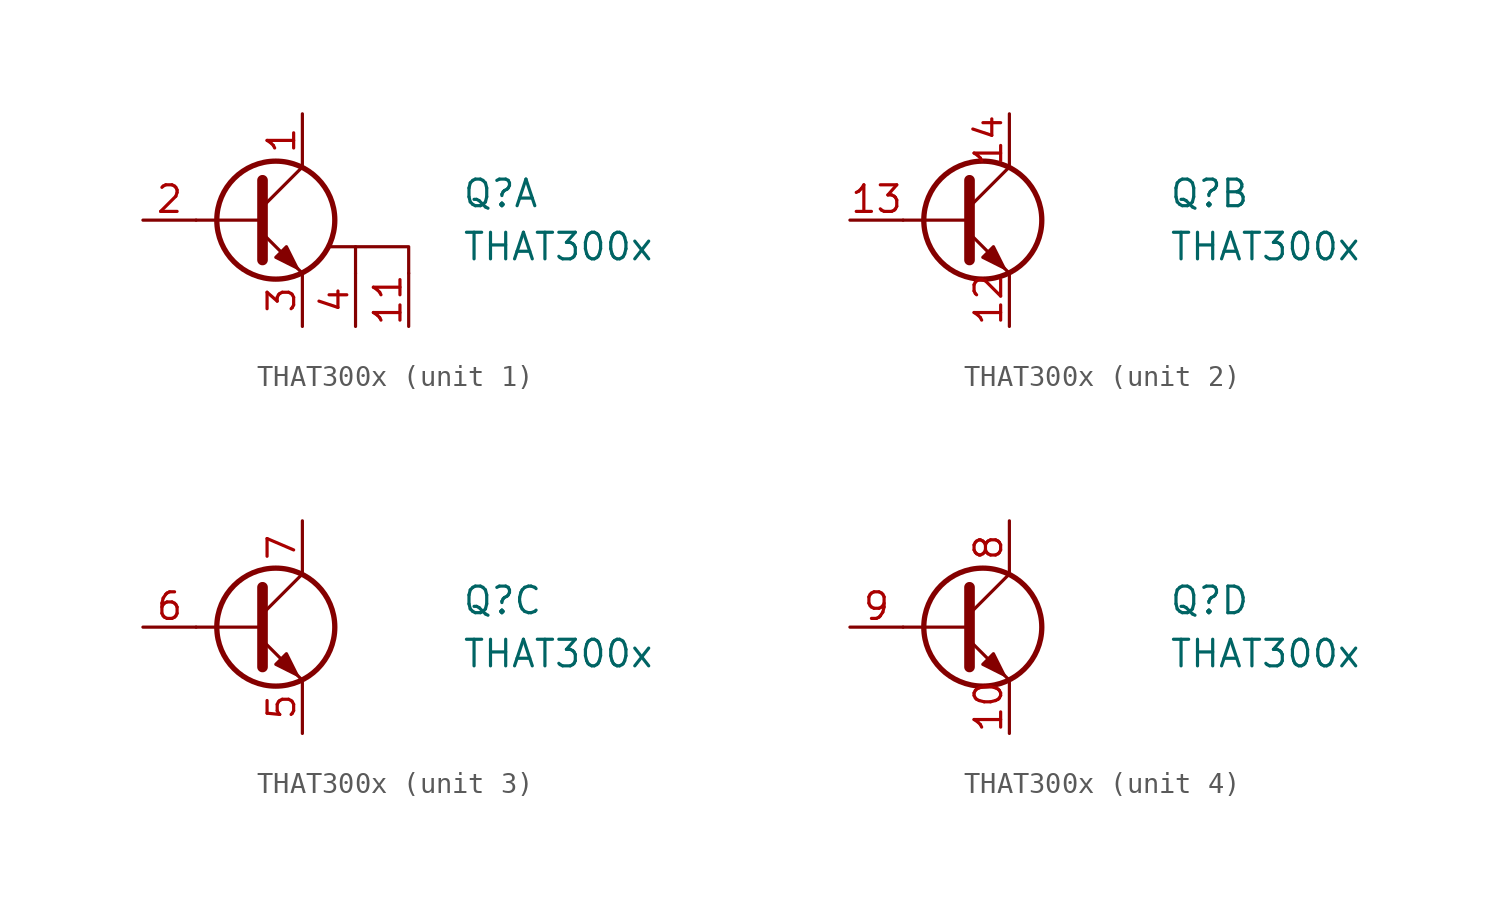
<source format=kicad_sym>
(kicad_symbol_lib
  (version 20211014)
  (generator kicad_symbol_editor)
  (symbol "THAT300x"
    (pin_names
      (offset 0) hide)
    (property "Reference" "Q"
      (at 10.16 1.27 0)
      (effects (font (size 1.27 1.27)) (justify left)))
    (property "Value" "THAT300x"
      (at 10.16 -1.27 0)
      (effects (font (size 1.27 1.27)) (justify left)))
    (property "ki_locked" ""
      (at 0 0 0)
      (effects (font (size 1.27 1.27))))
    (symbol "THAT300x_0_1"
      (polyline (pts (xy 0.635 0) (xy -2.54 0)) (stroke (width 0) (type default) (color 0 0 0 0)) (fill (type none)))
      (polyline (pts (xy 0.635 0.635) (xy 2.54 2.54)) (stroke (width 0) (type default) (color 0 0 0 0)) (fill (type none)))
      (polyline (pts (xy 0.635 -0.635) (xy 2.54 -2.54) (xy 2.54 -2.54)) (stroke (width 0) (type default) (color 0 0 0 0)) (fill (type none)))
      (polyline (pts (xy 0.635 1.905) (xy 0.635 -1.905) (xy 0.635 -1.905)) (stroke (width 0.508) (type default) (color 0 0 0 0)) (fill (type none)))
      (polyline (pts (xy 1.27 -1.778) (xy 1.778 -1.27) (xy 2.286 -2.286) (xy 1.27 -1.778) (xy 1.27 -1.778)) (stroke (width 0) (type default) (color 0 0 0 0)) (fill (type outline)))
      (circle (center 1.27 0) (radius 2.819) (stroke (width 0.254) (type default) (color 0 0 0 0)) (fill (type none))))
    (symbol "THAT300x_1_1"
      (polyline (pts (xy 5.08 -2.54) (xy 5.08 -1.27)) (stroke (width 0) (type default) (color 0 0 0 0)) (fill (type none)))
      (polyline (pts (xy 7.62 -2.54) (xy 7.62 -1.27) (xy 3.81 -1.27)) (stroke (width 0) (type default) (color 0 0 0 0)) (fill (type none)))
      (pin passive line (at 2.54 5.08 270) (length 2.54) (name "C1" (effects (font (size 1.27 1.27)))) (number "1" (effects (font (size 1.27 1.27)))))
      (pin passive line (at 7.62 -5.08 90) (length 2.54) (name "SUB" (effects (font (size 1.27 1.27)))) (number "11" (effects (font (size 1.27 1.27)))))
      (pin input line (at -5.08 0 0) (length 2.54) (name "B1" (effects (font (size 1.27 1.27)))) (number "2" (effects (font (size 1.27 1.27)))))
      (pin passive line (at 2.54 -5.08 90) (length 2.54) (name "E1" (effects (font (size 1.27 1.27)))) (number "3" (effects (font (size 1.27 1.27)))))
      (pin passive line (at 5.08 -5.08 90) (length 2.54) (name "SUB" (effects (font (size 1.27 1.27)))) (number "4" (effects (font (size 1.27 1.27))))))
    (symbol "THAT300x_2_1"
      (pin passive line (at 2.54 -5.08 90) (length 2.54) (name "E2" (effects (font (size 1.27 1.27)))) (number "12" (effects (font (size 1.27 1.27)))))
      (pin input line (at -5.08 0 0) (length 2.54) (name "B2" (effects (font (size 1.27 1.27)))) (number "13" (effects (font (size 1.27 1.27)))))
      (pin passive line (at 2.54 5.08 270) (length 2.54) (name "C2" (effects (font (size 1.27 1.27)))) (number "14" (effects (font (size 1.27 1.27))))))
    (symbol "THAT300x_3_1"
      (pin passive line (at 2.54 -5.08 90) (length 2.54) (name "E3" (effects (font (size 1.27 1.27)))) (number "5" (effects (font (size 1.27 1.27)))))
      (pin input line (at -5.08 0 0) (length 2.54) (name "B3" (effects (font (size 1.27 1.27)))) (number "6" (effects (font (size 1.27 1.27)))))
      (pin passive line (at 2.54 5.08 270) (length 2.54) (name "C3" (effects (font (size 1.27 1.27)))) (number "7" (effects (font (size 1.27 1.27))))))
    (symbol "THAT300x_4_1"
      (pin passive line (at 2.54 -5.08 90) (length 2.54) (name "E4" (effects (font (size 1.27 1.27)))) (number "10" (effects (font (size 1.27 1.27)))))
      (pin passive line (at 2.54 5.08 270) (length 2.54) (name "C4" (effects (font (size 1.27 1.27)))) (number "8" (effects (font (size 1.27 1.27)))))
      (pin input line (at -5.08 0 0) (length 2.54) (name "B4" (effects (font (size 1.27 1.27)))) (number "9" (effects (font (size 1.27 1.27))))))))
</source>
